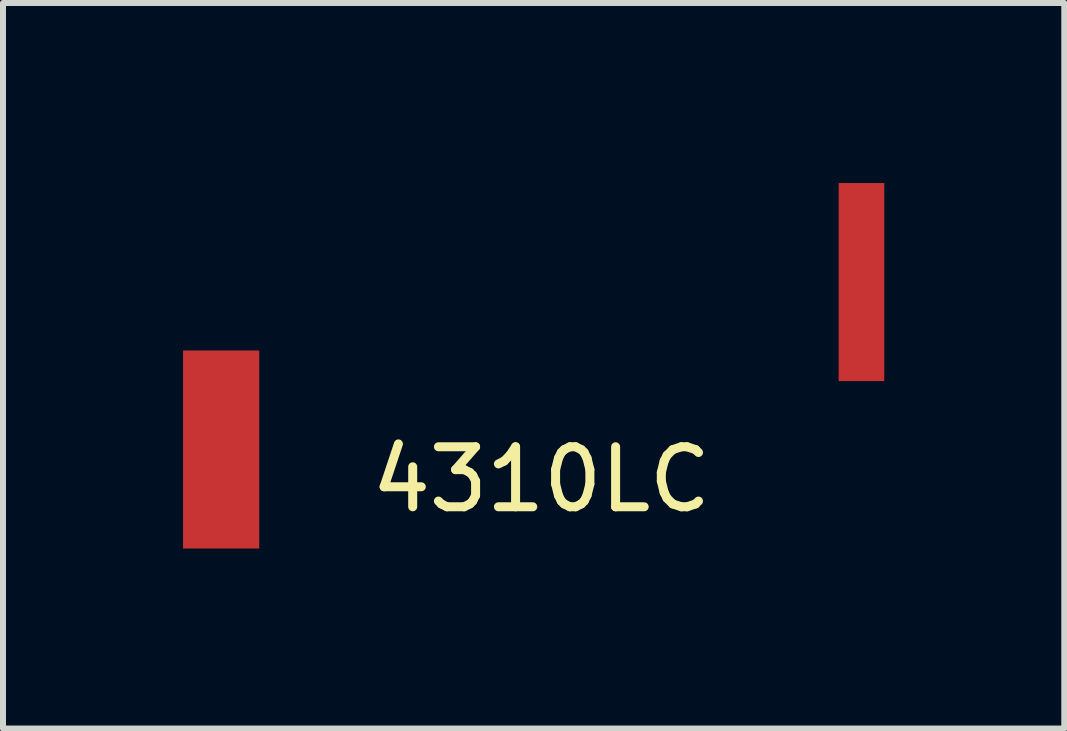
<source format=kicad_pcb>
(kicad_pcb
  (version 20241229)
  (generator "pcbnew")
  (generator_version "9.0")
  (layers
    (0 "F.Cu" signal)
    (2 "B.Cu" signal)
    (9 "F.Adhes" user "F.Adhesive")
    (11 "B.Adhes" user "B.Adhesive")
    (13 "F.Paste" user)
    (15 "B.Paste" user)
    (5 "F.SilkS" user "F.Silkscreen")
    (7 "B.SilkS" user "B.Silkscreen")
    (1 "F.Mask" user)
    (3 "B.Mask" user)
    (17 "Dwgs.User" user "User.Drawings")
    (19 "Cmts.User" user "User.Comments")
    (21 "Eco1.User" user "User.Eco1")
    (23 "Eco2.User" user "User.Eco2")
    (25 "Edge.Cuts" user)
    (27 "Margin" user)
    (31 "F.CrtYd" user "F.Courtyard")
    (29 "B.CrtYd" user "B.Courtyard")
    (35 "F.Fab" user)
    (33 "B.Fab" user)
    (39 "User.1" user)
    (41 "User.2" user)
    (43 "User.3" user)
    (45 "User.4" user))
  (footprint "4310LC"
    (layer "F.Cu")
    (at 5.97 4.44)
    (property "Reference" "4310LC" (at 0 0.5 0) (layer "F.SilkS") (effects (font (size 1 1) (thickness 0.15))))
    (attr through_hole)
    (pad "1" smd rect (at -5.335 0) (size 1.27 3.3) (layers "F.Cu" "F.Mask" "F.Paste"))
    (pad "2" smd rect (at 5.335 -2.79) (size 0.76 3.3) (layers "F.Cu" "F.Mask" "F.Paste")))
  (gr_rect
    (start -3 -3)
    (end 14.685 9.09)
    (stroke (width 0.1) (type default))
    (fill no)
    (layer "Edge.Cuts")))
</source>
